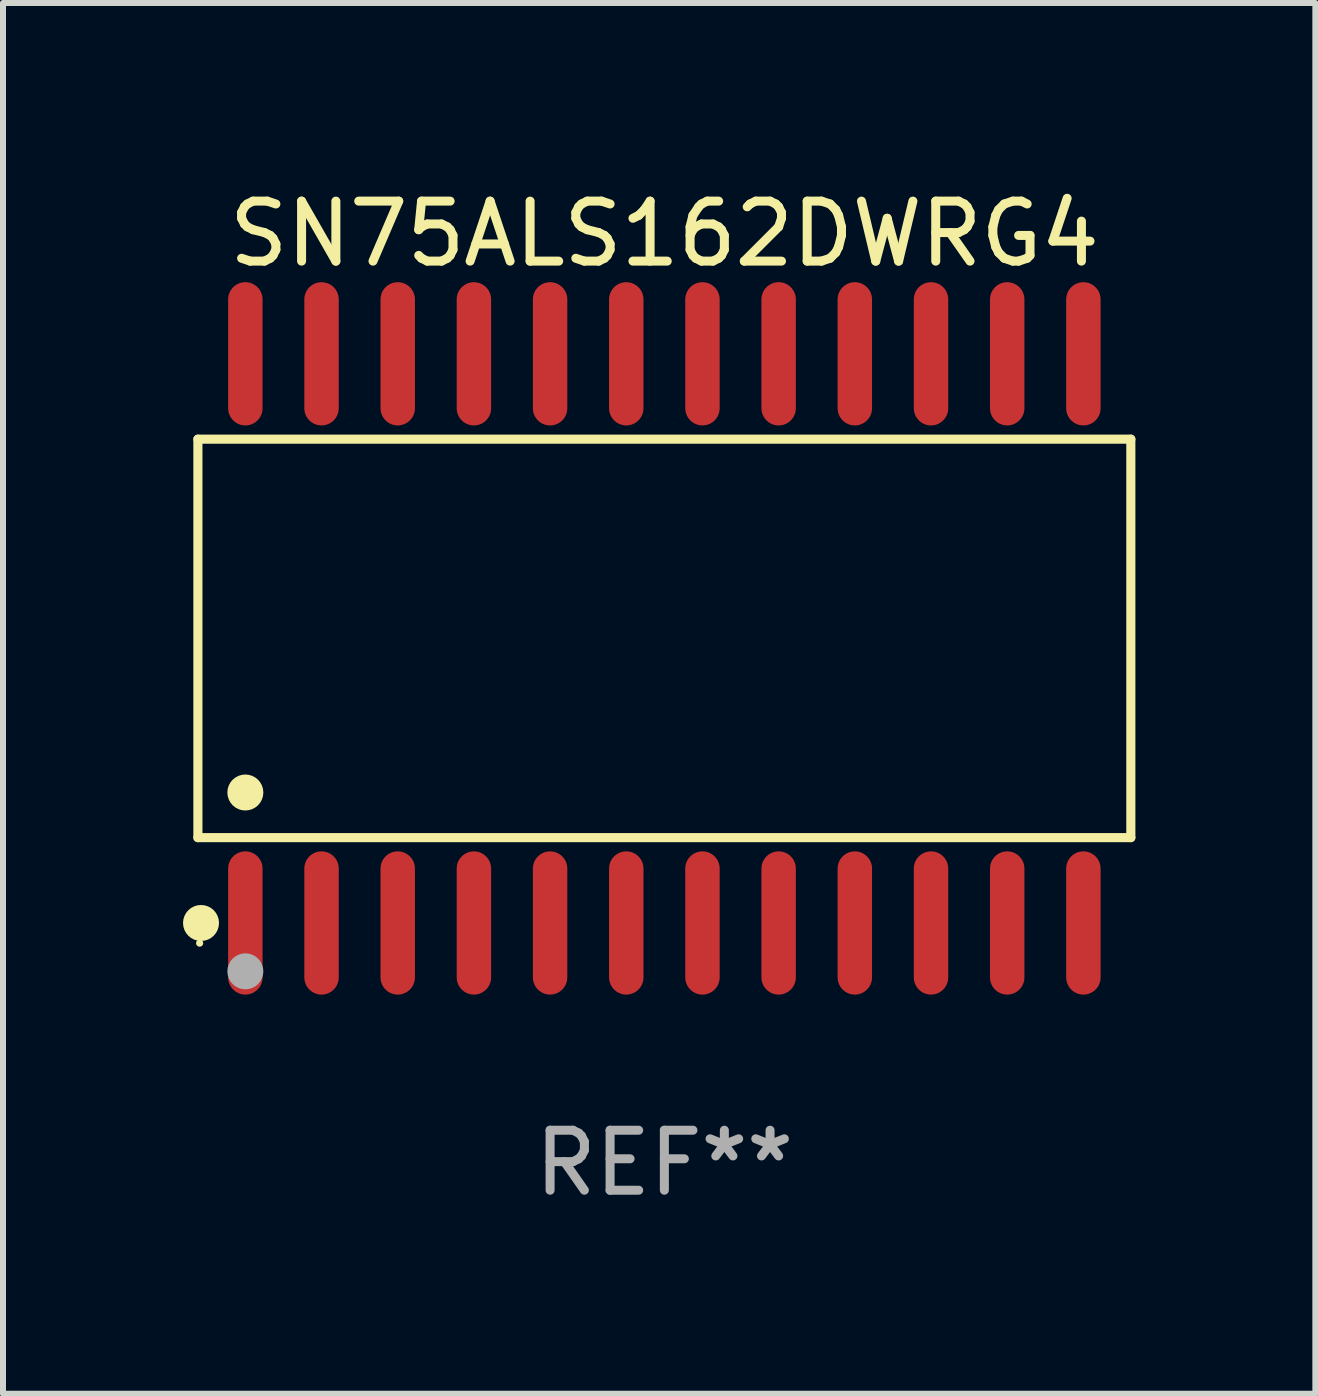
<source format=kicad_pcb>
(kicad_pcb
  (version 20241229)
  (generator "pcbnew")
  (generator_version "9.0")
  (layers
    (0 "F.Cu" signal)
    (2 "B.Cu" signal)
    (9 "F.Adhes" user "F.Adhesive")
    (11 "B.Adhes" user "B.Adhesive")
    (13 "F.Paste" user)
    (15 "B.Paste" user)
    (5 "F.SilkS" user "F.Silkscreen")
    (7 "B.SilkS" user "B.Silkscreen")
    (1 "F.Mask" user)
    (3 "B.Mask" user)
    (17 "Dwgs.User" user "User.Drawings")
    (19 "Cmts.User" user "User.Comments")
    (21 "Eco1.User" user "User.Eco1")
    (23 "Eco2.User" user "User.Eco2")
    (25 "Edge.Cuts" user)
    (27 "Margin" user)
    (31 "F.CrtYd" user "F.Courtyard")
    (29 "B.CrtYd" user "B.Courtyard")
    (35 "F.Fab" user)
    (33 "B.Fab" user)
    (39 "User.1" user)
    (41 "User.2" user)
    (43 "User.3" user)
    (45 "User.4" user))
  (footprint "SN75ALS162DWRG4"
    (layer "F.Cu")
    (at 8.025 7.592)
    (property "Reference" "SN75ALS162DWRG4" (at 0 -6.744 0) (layer "F.SilkS") (effects (font (size 1 1) (thickness 0.15))))
    (attr through_hole)
    (fp_line (start -7.776 -3.321) (end 7.776 -3.321) (stroke (width 0.152) (type solid)) (layer "F.SilkS"))
    (fp_line (start -7.776 3.321) (end -7.776 -3.321) (stroke (width 0.152) (type solid)) (layer "F.SilkS"))
    (fp_line (start 7.776 -3.321) (end 7.776 3.321) (stroke (width 0.152) (type solid)) (layer "F.SilkS"))
    (fp_line (start 7.776 3.321) (end -7.776 3.321) (stroke (width 0.152) (type solid)) (layer "F.SilkS"))
    (fp_circle (center -7.747 5.08) (end -7.717 5.08) (stroke (width 0.06) (type solid)) (fill no) (layer "F.SilkS"))
    (fp_circle (center -7.724 4.744) (end -7.574 4.744) (stroke (width 0.3) (type solid)) (fill no) (layer "F.SilkS"))
    (fp_circle (center -6.985 2.569) (end -6.835 2.569) (stroke (width 0.3) (type solid)) (fill no) (layer "F.SilkS"))
    (fp_circle (center -6.985 5.55) (end -6.835 5.55) (stroke (width 0.3) (type solid)) (fill no) (layer "F.Fab"))
    (fp_text user "REF**" (at 0 8.744 0) (layer "F.Fab") (effects (font (size 1 1) (thickness 0.15))))
    (pad "1" smd oval (at -6.985 4.744) (size 0.574 2.388) (layers "F.Cu" "F.Mask" "F.Paste"))
    (pad "2" smd oval (at -5.715 4.744) (size 0.574 2.388) (layers "F.Cu" "F.Mask" "F.Paste"))
    (pad "3" smd oval (at -4.445 4.744) (size 0.574 2.388) (layers "F.Cu" "F.Mask" "F.Paste"))
    (pad "4" smd oval (at -3.175 4.744) (size 0.574 2.388) (layers "F.Cu" "F.Mask" "F.Paste"))
    (pad "5" smd oval (at -1.905 4.744) (size 0.574 2.388) (layers "F.Cu" "F.Mask" "F.Paste"))
    (pad "6" smd oval (at -0.635 4.744) (size 0.574 2.388) (layers "F.Cu" "F.Mask" "F.Paste"))
    (pad "7" smd oval (at 0.635 4.744) (size 0.574 2.388) (layers "F.Cu" "F.Mask" "F.Paste"))
    (pad "8" smd oval (at 1.905 4.744) (size 0.574 2.388) (layers "F.Cu" "F.Mask" "F.Paste"))
    (pad "9" smd oval (at 3.175 4.744) (size 0.574 2.388) (layers "F.Cu" "F.Mask" "F.Paste"))
    (pad "10" smd oval (at 4.445 4.744) (size 0.574 2.388) (layers "F.Cu" "F.Mask" "F.Paste"))
    (pad "11" smd oval (at 5.715 4.744) (size 0.574 2.388) (layers "F.Cu" "F.Mask" "F.Paste"))
    (pad "12" smd oval (at 6.985 4.744) (size 0.574 2.388) (layers "F.Cu" "F.Mask" "F.Paste"))
    (pad "13" smd oval (at 6.985 -4.744) (size 0.574 2.388) (layers "F.Cu" "F.Mask" "F.Paste"))
    (pad "14" smd oval (at 5.715 -4.744) (size 0.574 2.388) (layers "F.Cu" "F.Mask" "F.Paste"))
    (pad "15" smd oval (at 4.445 -4.744) (size 0.574 2.388) (layers "F.Cu" "F.Mask" "F.Paste"))
    (pad "16" smd oval (at 3.175 -4.744) (size 0.574 2.388) (layers "F.Cu" "F.Mask" "F.Paste"))
    (pad "17" smd oval (at 1.905 -4.744) (size 0.574 2.388) (layers "F.Cu" "F.Mask" "F.Paste"))
    (pad "18" smd oval (at 0.635 -4.744) (size 0.574 2.388) (layers "F.Cu" "F.Mask" "F.Paste"))
    (pad "19" smd oval (at -0.635 -4.744) (size 0.574 2.388) (layers "F.Cu" "F.Mask" "F.Paste"))
    (pad "20" smd oval (at -1.905 -4.744) (size 0.574 2.388) (layers "F.Cu" "F.Mask" "F.Paste"))
    (pad "21" smd oval (at -3.175 -4.744) (size 0.574 2.388) (layers "F.Cu" "F.Mask" "F.Paste"))
    (pad "22" smd oval (at -4.445 -4.744) (size 0.574 2.388) (layers "F.Cu" "F.Mask" "F.Paste"))
    (pad "23" smd oval (at -5.715 -4.744) (size 0.574 2.388) (layers "F.Cu" "F.Mask" "F.Paste"))
    (pad "24" smd oval (at -6.985 -4.744) (size 0.574 2.388) (layers "F.Cu" "F.Mask" "F.Paste")))
  (gr_rect
    (start -3 -3)
    (end 18.877 20.184)
    (stroke (width 0.1) (type default))
    (fill no)
    (layer "Edge.Cuts")))
</source>
